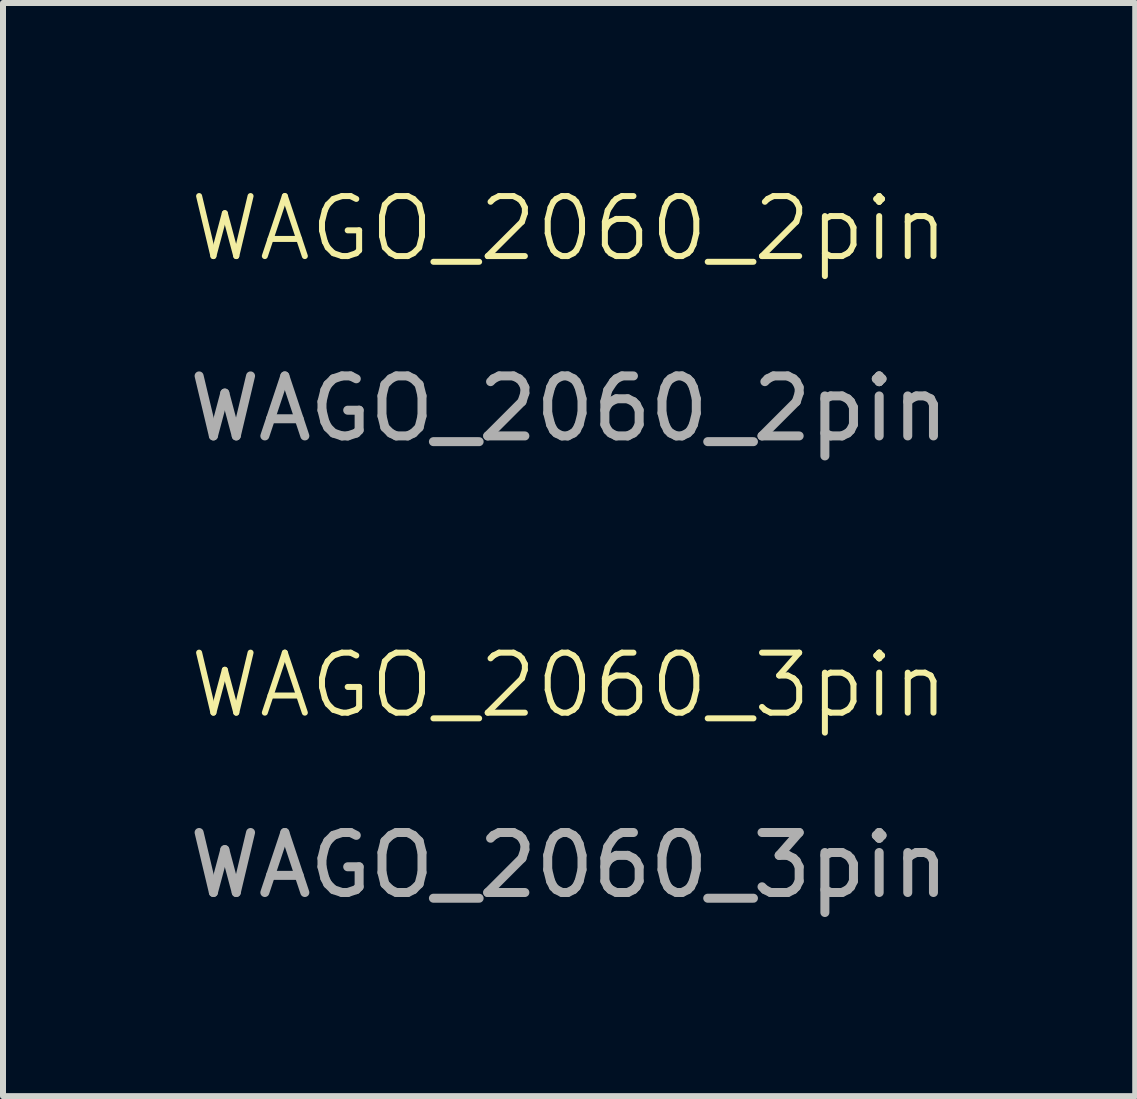
<source format=kicad_pcb>
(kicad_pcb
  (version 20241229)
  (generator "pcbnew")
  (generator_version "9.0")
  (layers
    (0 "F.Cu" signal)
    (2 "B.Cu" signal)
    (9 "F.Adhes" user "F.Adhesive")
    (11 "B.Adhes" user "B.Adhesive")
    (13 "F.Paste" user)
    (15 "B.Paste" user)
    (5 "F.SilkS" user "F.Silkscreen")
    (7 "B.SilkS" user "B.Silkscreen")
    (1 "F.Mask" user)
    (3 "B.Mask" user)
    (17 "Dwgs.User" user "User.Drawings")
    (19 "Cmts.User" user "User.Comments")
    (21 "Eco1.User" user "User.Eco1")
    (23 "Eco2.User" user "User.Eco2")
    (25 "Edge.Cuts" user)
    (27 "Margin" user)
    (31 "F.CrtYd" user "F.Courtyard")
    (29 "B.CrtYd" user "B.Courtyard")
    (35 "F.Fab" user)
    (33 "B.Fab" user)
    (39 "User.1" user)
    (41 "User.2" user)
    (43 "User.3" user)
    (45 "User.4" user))
  (footprint "WAGO_2060_2pin"
    (layer "F.Cu")
    (at 6.435 1.26)
    (property "Reference" "WAGO_2060_2pin" (at 0 -0.5 0) (unlocked yes) (layer "F.SilkS") (effects (font (size 1 1) (thickness 0.1))))
    (attr smd)
    (fp_text user "${REFERENCE}" (at 0 2.5 0) (unlocked yes) (layer "F.Fab") (effects (font (size 1 1) (thickness 0.15)))))
  (footprint "WAGO_2060_3pin"
    (layer "F.Cu")
    (at 6.435 8.869)
    (property "Reference" "WAGO_2060_3pin" (at 0 -0.5 0) (unlocked yes) (layer "F.SilkS") (effects (font (size 1 1) (thickness 0.1))))
    (attr smd)
    (fp_text user "${REFERENCE}" (at 0 2.5 0) (unlocked yes) (layer "F.Fab") (effects (font (size 1 1) (thickness 0.15)))))
  (gr_rect
    (start -3 -3)
    (end 15.869 15.217)
    (stroke (width 0.1) (type default))
    (fill no)
    (layer "Edge.Cuts")))
</source>
